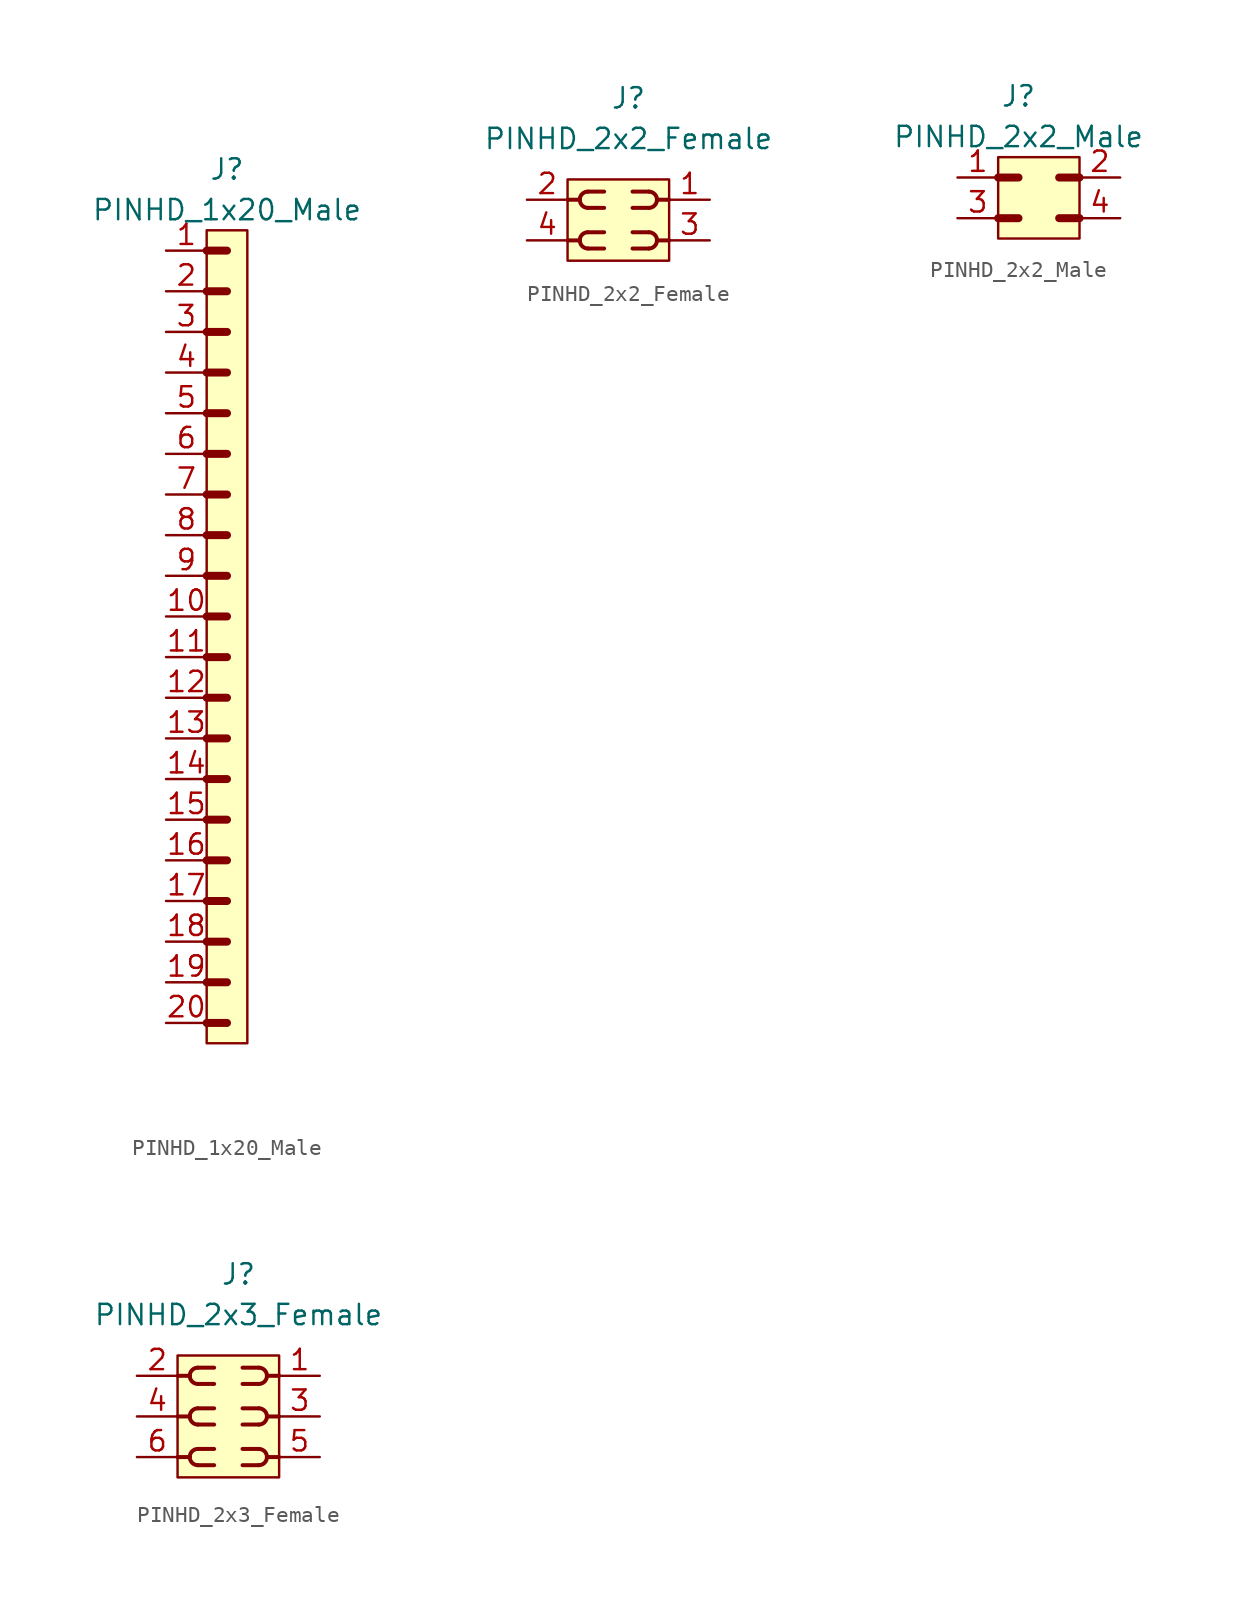
<source format=kicad_sym>
(kicad_symbol_lib
  (version 20220914)
  (generator kicad_symbol_editor)
  (symbol "PINHD_1x20_Male"
    (property "Reference" "J"
      (at 0 29.21 0)
      (effects (font (size 1.27 1.27))))
    (property "Value" "PINHD_1x20_Male"
      (at 0 26.67 0)
      (effects (font (size 1.27 1.27))))
    (symbol "PINHD_1x20_Male_0_1"
      (rectangle (start -1.27 25.4) (end 1.27 -25.4) (stroke (width 0) (type default)) (fill (type background)))
      (polyline (pts (xy -1.27 -24.13) (xy 0 -24.13)) (stroke (width 0.5) (type default)) (fill (type none)))
      (polyline (pts (xy -1.27 -21.59) (xy 0 -21.59)) (stroke (width 0.5) (type default)) (fill (type none)))
      (polyline (pts (xy -1.27 -19.05) (xy 0 -19.05)) (stroke (width 0.5) (type default)) (fill (type none)))
      (polyline (pts (xy -1.27 -16.51) (xy 0 -16.51)) (stroke (width 0.5) (type default)) (fill (type none)))
      (polyline (pts (xy -1.27 -13.97) (xy 0 -13.97)) (stroke (width 0.5) (type default)) (fill (type none)))
      (polyline (pts (xy -1.27 -11.43) (xy 0 -11.43)) (stroke (width 0.5) (type default)) (fill (type none)))
      (polyline (pts (xy -1.27 -8.89) (xy 0 -8.89)) (stroke (width 0.5) (type default)) (fill (type none)))
      (polyline (pts (xy -1.27 -6.35) (xy 0 -6.35)) (stroke (width 0.5) (type default)) (fill (type none)))
      (polyline (pts (xy -1.27 -3.81) (xy 0 -3.81)) (stroke (width 0.5) (type default)) (fill (type none)))
      (polyline (pts (xy -1.27 -1.27) (xy 0 -1.27)) (stroke (width 0.5) (type default)) (fill (type none)))
      (polyline (pts (xy -1.27 1.27) (xy 0 1.27)) (stroke (width 0.3) (type default)) (fill (type none)))
      (polyline (pts (xy -1.27 1.27) (xy 0 1.27)) (stroke (width 0.5) (type default)) (fill (type none)))
      (polyline (pts (xy -1.27 3.81) (xy 0 3.81)) (stroke (width 0.3) (type default)) (fill (type none)))
      (polyline (pts (xy -1.27 3.81) (xy 0 3.81)) (stroke (width 0.5) (type default)) (fill (type none)))
      (polyline (pts (xy -1.27 6.35) (xy 0 6.35)) (stroke (width 0.3) (type default)) (fill (type none)))
      (polyline (pts (xy -1.27 6.35) (xy 0 6.35)) (stroke (width 0.5) (type default)) (fill (type none)))
      (polyline (pts (xy -1.27 8.89) (xy 0 8.89)) (stroke (width 0.3) (type default)) (fill (type none)))
      (polyline (pts (xy -1.27 8.89) (xy 0 8.89)) (stroke (width 0.5) (type default)) (fill (type none)))
      (polyline (pts (xy -1.27 11.43) (xy 0 11.43)) (stroke (width 0.3) (type default)) (fill (type none)))
      (polyline (pts (xy -1.27 11.43) (xy 0 11.43)) (stroke (width 0.5) (type default)) (fill (type none)))
      (polyline (pts (xy -1.27 13.97) (xy 0 13.97)) (stroke (width 0.3) (type default)) (fill (type none)))
      (polyline (pts (xy -1.27 13.97) (xy 0 13.97)) (stroke (width 0.5) (type default)) (fill (type none)))
      (polyline (pts (xy -1.27 16.51) (xy 0 16.51)) (stroke (width 0.3) (type default)) (fill (type none)))
      (polyline (pts (xy -1.27 16.51) (xy 0 16.51)) (stroke (width 0.5) (type default)) (fill (type none)))
      (polyline (pts (xy -1.27 19.05) (xy 0 19.05)) (stroke (width 0.3) (type default)) (fill (type none)))
      (polyline (pts (xy -1.27 19.05) (xy 0 19.05)) (stroke (width 0.5) (type default)) (fill (type none)))
      (polyline (pts (xy -1.27 21.59) (xy 0 21.59)) (stroke (width 0.3) (type default)) (fill (type none)))
      (polyline (pts (xy -1.27 21.59) (xy 0 21.59)) (stroke (width 0.5) (type default)) (fill (type none)))
      (polyline (pts (xy -1.27 24.13) (xy 0 24.13)) (stroke (width 0.5) (type default)) (fill (type none))))
    (symbol "PINHD_1x20_Male_1_1"
      (pin passive line (at -3.81 24.13 0) (length 2.54) (name "" (effects (font (size 1.27 1.27)))) (number "1" (effects (font (size 1.27 1.27)))))
      (pin passive line (at -3.81 1.27 0) (length 2.54) (name "" (effects (font (size 1.27 1.27)))) (number "10" (effects (font (size 1.27 1.27)))))
      (pin passive line (at -3.81 -1.27 0) (length 2.54) (name "" (effects (font (size 1.27 1.27)))) (number "11" (effects (font (size 1.27 1.27)))))
      (pin passive line (at -3.81 -3.81 0) (length 2.54) (name "" (effects (font (size 1.27 1.27)))) (number "12" (effects (font (size 1.27 1.27)))))
      (pin passive line (at -3.81 -6.35 0) (length 2.54) (name "" (effects (font (size 1.27 1.27)))) (number "13" (effects (font (size 1.27 1.27)))))
      (pin passive line (at -3.81 -8.89 0) (length 2.54) (name "" (effects (font (size 1.27 1.27)))) (number "14" (effects (font (size 1.27 1.27)))))
      (pin passive line (at -3.81 -11.43 0) (length 2.54) (name "" (effects (font (size 1.27 1.27)))) (number "15" (effects (font (size 1.27 1.27)))))
      (pin passive line (at -3.81 -13.97 0) (length 2.54) (name "" (effects (font (size 1.27 1.27)))) (number "16" (effects (font (size 1.27 1.27)))))
      (pin passive line (at -3.81 -16.51 0) (length 2.54) (name "" (effects (font (size 1.27 1.27)))) (number "17" (effects (font (size 1.27 1.27)))))
      (pin passive line (at -3.81 -19.05 0) (length 2.54) (name "" (effects (font (size 1.27 1.27)))) (number "18" (effects (font (size 1.27 1.27)))))
      (pin passive line (at -3.81 -21.59 0) (length 2.54) (name "" (effects (font (size 1.27 1.27)))) (number "19" (effects (font (size 1.27 1.27)))))
      (pin passive line (at -3.81 21.59 0) (length 2.54) (name "" (effects (font (size 1.27 1.27)))) (number "2" (effects (font (size 1.27 1.27)))))
      (pin passive line (at -3.81 -24.13 0) (length 2.54) (name "" (effects (font (size 1.27 1.27)))) (number "20" (effects (font (size 1.27 1.27)))))
      (pin passive line (at -3.81 19.05 0) (length 2.54) (name "" (effects (font (size 1.27 1.27)))) (number "3" (effects (font (size 1.27 1.27)))))
      (pin passive line (at -3.81 16.51 0) (length 2.54) (name "" (effects (font (size 1.27 1.27)))) (number "4" (effects (font (size 1.27 1.27)))))
      (pin passive line (at -3.81 13.97 0) (length 2.54) (name "" (effects (font (size 1.27 1.27)))) (number "5" (effects (font (size 1.27 1.27)))))
      (pin passive line (at -3.81 11.43 0) (length 2.54) (name "" (effects (font (size 1.27 1.27)))) (number "6" (effects (font (size 1.27 1.27)))))
      (pin passive line (at -3.81 8.89 0) (length 2.54) (name "" (effects (font (size 1.27 1.27)))) (number "7" (effects (font (size 1.27 1.27)))))
      (pin passive line (at -3.81 6.35 0) (length 2.54) (name "" (effects (font (size 1.27 1.27)))) (number "8" (effects (font (size 1.27 1.27)))))
      (pin passive line (at -3.81 3.81 0) (length 2.54) (name "" (effects (font (size 1.27 1.27)))) (number "9" (effects (font (size 1.27 1.27)))))))
  (symbol "PINHD_2x2_Female"
    (property "Reference" "J"
      (at 0 7.62 0)
      (effects (font (size 1.27 1.27))))
    (property "Value" "PINHD_2x2_Female"
      (at 0 5.08 0)
      (effects (font (size 1.27 1.27))))
    (symbol "PINHD_2x2_Female_0_1"
      (rectangle (start -3.81 2.54) (end 2.54 -2.54) (stroke (width 0) (type default)) (fill (type background)))
      (arc (start -3.048 -1.27) (mid -2.8992 -1.6292) (end -2.54 -1.778) (stroke (width 0.25) (type default)) (fill (type none)))
      (arc (start -3.048 1.27) (mid -2.8992 0.9108) (end -2.54 0.762) (stroke (width 0.25) (type default)) (fill (type none)))
      (arc (start -2.54 -0.762) (mid -2.8992 -0.9108) (end -3.048 -1.27) (stroke (width 0.25) (type default)) (fill (type none)))
      (arc (start -2.54 1.778) (mid -2.8992 1.6292) (end -3.048 1.27) (stroke (width 0.25) (type default)) (fill (type none)))
      (polyline (pts (xy -3.81 -1.27) (xy -3.048 -1.27)) (stroke (width 0.25) (type default)) (fill (type none)))
      (polyline (pts (xy -3.81 1.27) (xy -3.048 1.27)) (stroke (width 0.25) (type default)) (fill (type none)))
      (polyline (pts (xy -2.54 -1.778) (xy -1.524 -1.778)) (stroke (width 0.25) (type default)) (fill (type none)))
      (polyline (pts (xy -2.54 -0.762) (xy -1.524 -0.762)) (stroke (width 0.25) (type default)) (fill (type none)))
      (polyline (pts (xy -2.54 0.762) (xy -1.524 0.762)) (stroke (width 0.25) (type default)) (fill (type none)))
      (polyline (pts (xy -2.54 1.778) (xy -1.524 1.778)) (stroke (width 0.25) (type default)) (fill (type none)))
      (polyline (pts (xy 1.27 -1.778) (xy 0.254 -1.778)) (stroke (width 0.25) (type default)) (fill (type none)))
      (polyline (pts (xy 1.27 -0.762) (xy 0.254 -0.762)) (stroke (width 0.25) (type default)) (fill (type none)))
      (polyline (pts (xy 1.27 0.762) (xy 0.254 0.762)) (stroke (width 0.25) (type default)) (fill (type none)))
      (polyline (pts (xy 1.27 1.778) (xy 0.254 1.778)) (stroke (width 0.25) (type default)) (fill (type none)))
      (polyline (pts (xy 2.54 -1.27) (xy 1.778 -1.27)) (stroke (width 0.25) (type default)) (fill (type none)))
      (polyline (pts (xy 2.54 1.27) (xy 1.778 1.27)) (stroke (width 0.25) (type default)) (fill (type none)))
      (arc (start 1.27 -1.778) (mid 1.6292 -1.6292) (end 1.778 -1.27) (stroke (width 0.25) (type default)) (fill (type none)))
      (arc (start 1.27 0.762) (mid 1.6292 0.9108) (end 1.778 1.27) (stroke (width 0.25) (type default)) (fill (type none)))
      (arc (start 1.778 -1.27) (mid 1.6292 -0.9108) (end 1.27 -0.762) (stroke (width 0.25) (type default)) (fill (type none)))
      (arc (start 1.778 1.27) (mid 1.6292 1.6292) (end 1.27 1.778) (stroke (width 0.25) (type default)) (fill (type none))))
    (symbol "PINHD_2x2_Female_1_1"
      (pin passive line (at 5.08 1.27 180) (length 2.5) (name "" (effects (font (size 0 0)))) (number "1" (effects (font (size 1.27 1.27)))))
      (pin passive line (at -6.35 1.27 0) (length 2.54) (name "" (effects (font (size 1.27 1.27)))) (number "2" (effects (font (size 1.27 1.27)))))
      (pin passive line (at 5.08 -1.27 180) (length 2.5) (name "" (effects (font (size 0 0)))) (number "3" (effects (font (size 1.27 1.27)))))
      (pin passive line (at -6.35 -1.27 0) (length 2.54) (name "" (effects (font (size 1.27 1.27)))) (number "4" (effects (font (size 1.27 1.27)))))))
  (symbol "PINHD_2x2_Male"
    (property "Reference" "J"
      (at -1.27 6.35 0)
      (effects (font (size 1.27 1.27))))
    (property "Value" "PINHD_2x2_Male"
      (at -1.27 3.81 0)
      (effects (font (size 1.27 1.27))))
    (symbol "PINHD_2x2_Male_0_1"
      (rectangle (start -2.54 2.54) (end 2.54 -2.54) (stroke (width 0) (type default)) (fill (type background)))
      (polyline (pts (xy -2.54 -1.27) (xy -1.27 -1.27)) (stroke (width 0.3) (type default)) (fill (type none)))
      (polyline (pts (xy -2.54 -1.27) (xy -1.27 -1.27)) (stroke (width 0.5) (type default)) (fill (type none)))
      (polyline (pts (xy -2.54 1.27) (xy -1.27 1.27)) (stroke (width 0.5) (type default)) (fill (type none)))
      (polyline (pts (xy 1.27 -1.27) (xy 2.54 -1.27)) (stroke (width 0.5) (type default)) (fill (type none)))
      (polyline (pts (xy 1.27 1.27) (xy 2.54 1.27)) (stroke (width 0.5) (type default)) (fill (type none))))
    (symbol "PINHD_2x2_Male_1_1"
      (pin passive line (at -5.08 1.27 0) (length 2.54) (name "" (effects (font (size 1.27 1.27)))) (number "1" (effects (font (size 1.27 1.27)))))
      (pin passive line (at 5.08 1.27 180) (length 2.54) (name "" (effects (font (size 1.27 1.27)))) (number "2" (effects (font (size 1.27 1.27)))))
      (pin passive line (at -5.08 -1.27 0) (length 2.54) (name "" (effects (font (size 1.27 1.27)))) (number "3" (effects (font (size 1.27 1.27)))))
      (pin passive line (at 5.08 -1.27 180) (length 2.54) (name "" (effects (font (size 1.27 1.27)))) (number "4" (effects (font (size 1.27 1.27)))))))
  (symbol "PINHD_2x3_Female"
    (property "Reference" "J"
      (at 0 8.89 0)
      (effects (font (size 1.27 1.27))))
    (property "Value" "PINHD_2x3_Female"
      (at 0 6.35 0)
      (effects (font (size 1.27 1.27))))
    (symbol "PINHD_2x3_Female_0_1"
      (rectangle (start -3.81 3.81) (end 2.54 -3.81) (stroke (width 0) (type default)) (fill (type background)))
      (arc (start -3.048 -2.54) (mid -2.8992 -2.8992) (end -2.54 -3.048) (stroke (width 0.25) (type default)) (fill (type none)))
      (arc (start -3.048 0) (mid -2.8992 -0.3592) (end -2.54 -0.508) (stroke (width 0.25) (type default)) (fill (type none)))
      (arc (start -3.048 2.54) (mid -2.8992 2.1808) (end -2.54 2.032) (stroke (width 0.25) (type default)) (fill (type none)))
      (arc (start -2.54 -2.032) (mid -2.8992 -2.1808) (end -3.048 -2.54) (stroke (width 0.25) (type default)) (fill (type none)))
      (arc (start -2.54 0.508) (mid -2.8992 0.3592) (end -3.048 0) (stroke (width 0.25) (type default)) (fill (type none)))
      (arc (start -2.54 3.048) (mid -2.8992 2.8992) (end -3.048 2.54) (stroke (width 0.25) (type default)) (fill (type none)))
      (polyline (pts (xy -3.81 -2.54) (xy -3.048 -2.54)) (stroke (width 0.25) (type default)) (fill (type none)))
      (polyline (pts (xy -3.81 0) (xy -3.048 0)) (stroke (width 0.25) (type default)) (fill (type none)))
      (polyline (pts (xy -3.81 2.54) (xy -3.048 2.54)) (stroke (width 0.25) (type default)) (fill (type none)))
      (polyline (pts (xy -2.54 -3.048) (xy -1.524 -3.048)) (stroke (width 0.25) (type default)) (fill (type none)))
      (polyline (pts (xy -2.54 -2.032) (xy -1.524 -2.032)) (stroke (width 0.25) (type default)) (fill (type none)))
      (polyline (pts (xy -2.54 -0.508) (xy -1.524 -0.508)) (stroke (width 0.25) (type default)) (fill (type none)))
      (polyline (pts (xy -2.54 0.508) (xy -1.524 0.508)) (stroke (width 0.25) (type default)) (fill (type none)))
      (polyline (pts (xy -2.54 2.032) (xy -1.524 2.032)) (stroke (width 0.25) (type default)) (fill (type none)))
      (polyline (pts (xy -2.54 3.048) (xy -1.524 3.048)) (stroke (width 0.25) (type default)) (fill (type none)))
      (polyline (pts (xy 1.27 -3.048) (xy 0.254 -3.048)) (stroke (width 0.25) (type default)) (fill (type none)))
      (polyline (pts (xy 1.27 -2.032) (xy 0.254 -2.032)) (stroke (width 0.25) (type default)) (fill (type none)))
      (polyline (pts (xy 1.27 -0.508) (xy 0.254 -0.508)) (stroke (width 0.25) (type default)) (fill (type none)))
      (polyline (pts (xy 1.27 0.508) (xy 0.254 0.508)) (stroke (width 0.25) (type default)) (fill (type none)))
      (polyline (pts (xy 1.27 2.032) (xy 0.254 2.032)) (stroke (width 0.25) (type default)) (fill (type none)))
      (polyline (pts (xy 1.27 3.048) (xy 0.254 3.048)) (stroke (width 0.25) (type default)) (fill (type none)))
      (polyline (pts (xy 2.54 -2.54) (xy 1.778 -2.54)) (stroke (width 0.25) (type default)) (fill (type none)))
      (polyline (pts (xy 2.54 0) (xy 1.778 0)) (stroke (width 0.25) (type default)) (fill (type none)))
      (polyline (pts (xy 2.54 2.54) (xy 1.778 2.54)) (stroke (width 0.25) (type default)) (fill (type none)))
      (arc (start 1.27 -3.048) (mid 1.6292 -2.8992) (end 1.778 -2.54) (stroke (width 0.25) (type default)) (fill (type none)))
      (arc (start 1.27 -0.508) (mid 1.6292 -0.3592) (end 1.778 0) (stroke (width 0.25) (type default)) (fill (type none)))
      (arc (start 1.27 2.032) (mid 1.6292 2.1808) (end 1.778 2.54) (stroke (width 0.25) (type default)) (fill (type none)))
      (arc (start 1.778 -2.54) (mid 1.6292 -2.1808) (end 1.27 -2.032) (stroke (width 0.25) (type default)) (fill (type none)))
      (arc (start 1.778 0) (mid 1.6292 0.3592) (end 1.27 0.508) (stroke (width 0.25) (type default)) (fill (type none)))
      (arc (start 1.778 2.54) (mid 1.6292 2.8992) (end 1.27 3.048) (stroke (width 0.25) (type default)) (fill (type none))))
    (symbol "PINHD_2x3_Female_1_1"
      (pin passive line (at 5.08 2.54 180) (length 2.5) (name "" (effects (font (size 0 0)))) (number "1" (effects (font (size 1.27 1.27)))))
      (pin passive line (at -6.35 2.54 0) (length 2.54) (name "" (effects (font (size 1.27 1.27)))) (number "2" (effects (font (size 1.27 1.27)))))
      (pin passive line (at 5.08 0 180) (length 2.5) (name "" (effects (font (size 0 0)))) (number "3" (effects (font (size 1.27 1.27)))))
      (pin passive line (at -6.35 0 0) (length 2.54) (name "" (effects (font (size 1.27 1.27)))) (number "4" (effects (font (size 1.27 1.27)))))
      (pin passive line (at 5.08 -2.54 180) (length 2.54) (name "" (effects (font (size 1.27 1.27)))) (number "5" (effects (font (size 1.27 1.27)))))
      (pin passive line (at -6.35 -2.54 0) (length 2.54) (name "" (effects (font (size 1.27 1.27)))) (number "6" (effects (font (size 1.27 1.27))))))))
</source>
